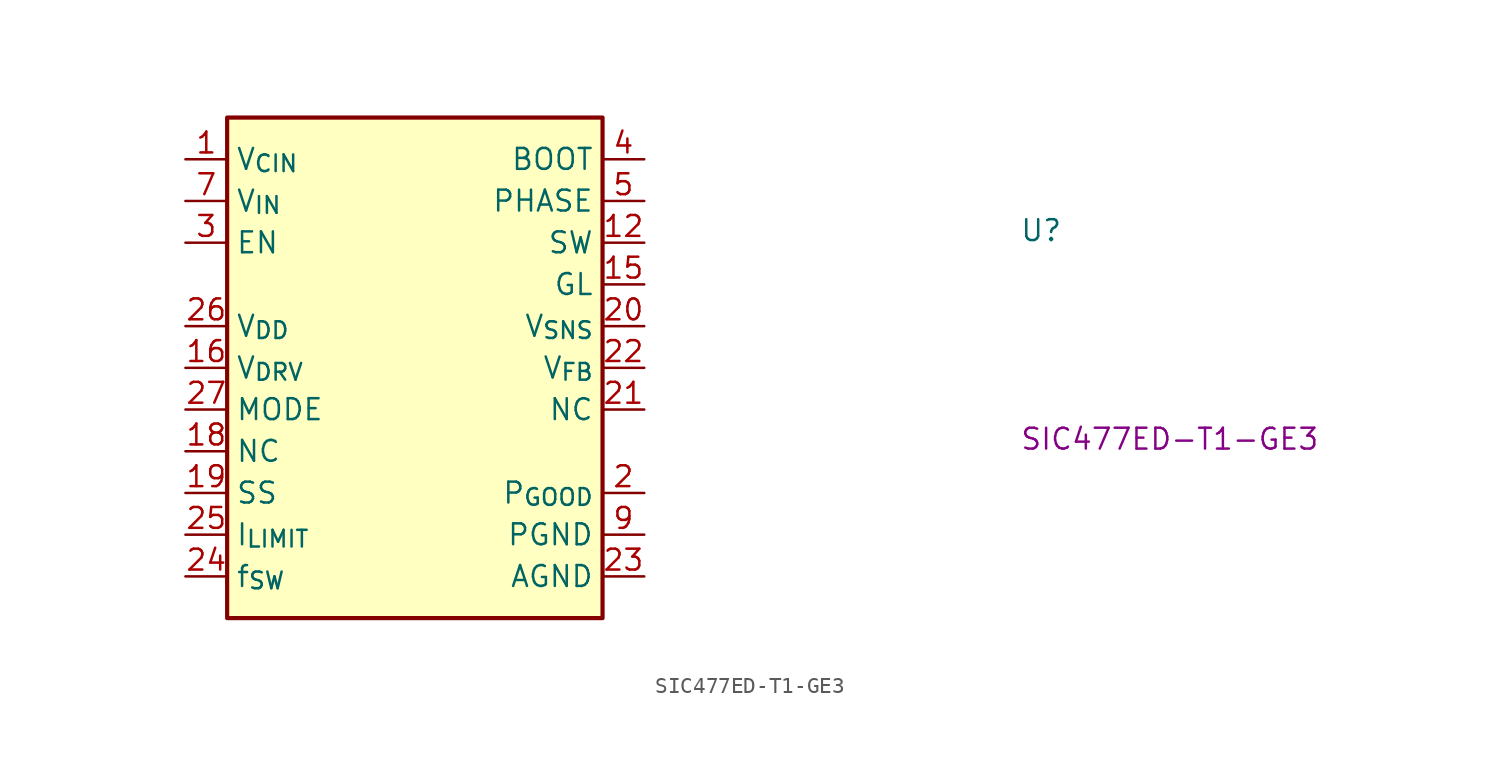
<source format=kicad_sym>
(kicad_symbol_lib
  (version 20220914)
  (generator kicad_symbol_editor)
  (symbol "SIC477ED-T1-GE3"
    (property "Reference" "U"
      (at 50.8 -5.08 0)
      (effects (font (size 1.27 1.27) (thickness 0.15)) (justify left bottom)))
    (property "MPN" "SIC477ED-T1-GE3"
      (at 50.8 -17.78 0)
      (effects (font (size 1.27 1.27) (thickness 0.15)) (justify left bottom)))
    (symbol "SIC477ED-T1-GE3_1_1"
      (rectangle (start 2.54 2.54) (end 25.4 -27.94) (stroke (width 0.254) (type default)) (fill (type background)))
      (pin input line (at 0 0 0) (length 2.54) (name "V_{CIN}" (effects (font (size 1.27 1.27)))) (number "1" (effects (font (size 1.27 1.27)))))
      (pin passive line (at 27.94 -22.86 180) (length 2.54) hide (name "PGND" (effects (font (size 1.27 1.27)))) (number "10" (effects (font (size 1.27 1.27)))))
      (pin passive line (at 27.94 -22.86 180) (length 2.54) hide (name "PGND" (effects (font (size 1.27 1.27)))) (number "11" (effects (font (size 1.27 1.27)))))
      (pin bidirectional line (at 27.94 -5.08 180) (length 2.54) (name "SW" (effects (font (size 1.27 1.27)))) (number "12" (effects (font (size 1.27 1.27)))))
      (pin passive line (at 27.94 -5.08 180) (length 2.54) hide (name "SW" (effects (font (size 1.27 1.27)))) (number "13" (effects (font (size 1.27 1.27)))))
      (pin passive line (at 27.94 -5.08 180) (length 2.54) hide (name "SW" (effects (font (size 1.27 1.27)))) (number "14" (effects (font (size 1.27 1.27)))))
      (pin input line (at 27.94 -7.62 180) (length 2.54) (name "GL" (effects (font (size 1.27 1.27)))) (number "15" (effects (font (size 1.27 1.27)))))
      (pin passive line (at 0 -12.7 0) (length 2.54) (name "V_{DRV}" (effects (font (size 1.27 1.27)))) (number "16" (effects (font (size 1.27 1.27)))))
      (pin passive line (at 27.94 -22.86 180) (length 2.54) hide (name "PGND" (effects (font (size 1.27 1.27)))) (number "17" (effects (font (size 1.27 1.27)))))
      (pin passive line (at 0 -17.78 0) (length 2.54) (name "NC" (effects (font (size 1.27 1.27)))) (number "18" (effects (font (size 1.27 1.27)))))
      (pin passive line (at 0 -20.32 0) (length 2.54) (name "SS" (effects (font (size 1.27 1.27)))) (number "19" (effects (font (size 1.27 1.27)))))
      (pin output line (at 27.94 -20.32 180) (length 2.54) (name "P_{GOOD}" (effects (font (size 1.27 1.27)))) (number "2" (effects (font (size 1.27 1.27)))))
      (pin power_in line (at 27.94 -10.16 180) (length 2.54) (name "V_{SNS}" (effects (font (size 1.27 1.27)))) (number "20" (effects (font (size 1.27 1.27)))))
      (pin passive line (at 27.94 -15.24 180) (length 2.54) (name "NC" (effects (font (size 1.27 1.27)))) (number "21" (effects (font (size 1.27 1.27)))))
      (pin input line (at 27.94 -12.7 180) (length 2.54) (name "V_{FB}" (effects (font (size 1.27 1.27)))) (number "22" (effects (font (size 1.27 1.27)))))
      (pin power_in line (at 27.94 -25.4 180) (length 2.54) (name "AGND" (effects (font (size 1.27 1.27)))) (number "23" (effects (font (size 1.27 1.27)))))
      (pin passive line (at 0 -25.4 0) (length 2.54) (name "f_{SW}" (effects (font (size 1.27 1.27)))) (number "24" (effects (font (size 1.27 1.27)))))
      (pin passive line (at 0 -22.86 0) (length 2.54) (name "I_{LIMIT}" (effects (font (size 1.27 1.27)))) (number "25" (effects (font (size 1.27 1.27)))))
      (pin power_out line (at 0 -10.16 0) (length 2.54) (name "V_{DD}" (effects (font (size 1.27 1.27)))) (number "26" (effects (font (size 1.27 1.27)))))
      (pin bidirectional line (at 0 -15.24 0) (length 2.54) (name "MODE" (effects (font (size 1.27 1.27)))) (number "27" (effects (font (size 1.27 1.27)))))
      (pin passive line (at 27.94 -25.4 180) (length 2.54) hide (name "AGND" (effects (font (size 1.27 1.27)))) (number "28" (effects (font (size 1.27 1.27)))))
      (pin input line (at 0 -5.08 0) (length 2.54) (name "EN" (effects (font (size 1.27 1.27)))) (number "3" (effects (font (size 1.27 1.27)))))
      (pin input line (at 27.94 0 180) (length 2.54) (name "BOOT" (effects (font (size 1.27 1.27)))) (number "4" (effects (font (size 1.27 1.27)))))
      (pin bidirectional line (at 27.94 -2.54 180) (length 2.54) (name "PHASE" (effects (font (size 1.27 1.27)))) (number "5" (effects (font (size 1.27 1.27)))))
      (pin passive line (at 27.94 -2.54 180) (length 2.54) hide (name "PHASE" (effects (font (size 1.27 1.27)))) (number "6" (effects (font (size 1.27 1.27)))))
      (pin input line (at 0 -2.54 0) (length 2.54) (name "V_{IN}" (effects (font (size 1.27 1.27)))) (number "7" (effects (font (size 1.27 1.27)))))
      (pin passive line (at 0 -2.54 0) (length 2.54) hide (name "V_{IN}" (effects (font (size 1.27 1.27)))) (number "8" (effects (font (size 1.27 1.27)))))
      (pin power_in line (at 27.94 -22.86 180) (length 2.54) (name "PGND" (effects (font (size 1.27 1.27)))) (number "9" (effects (font (size 1.27 1.27))))))))
</source>
